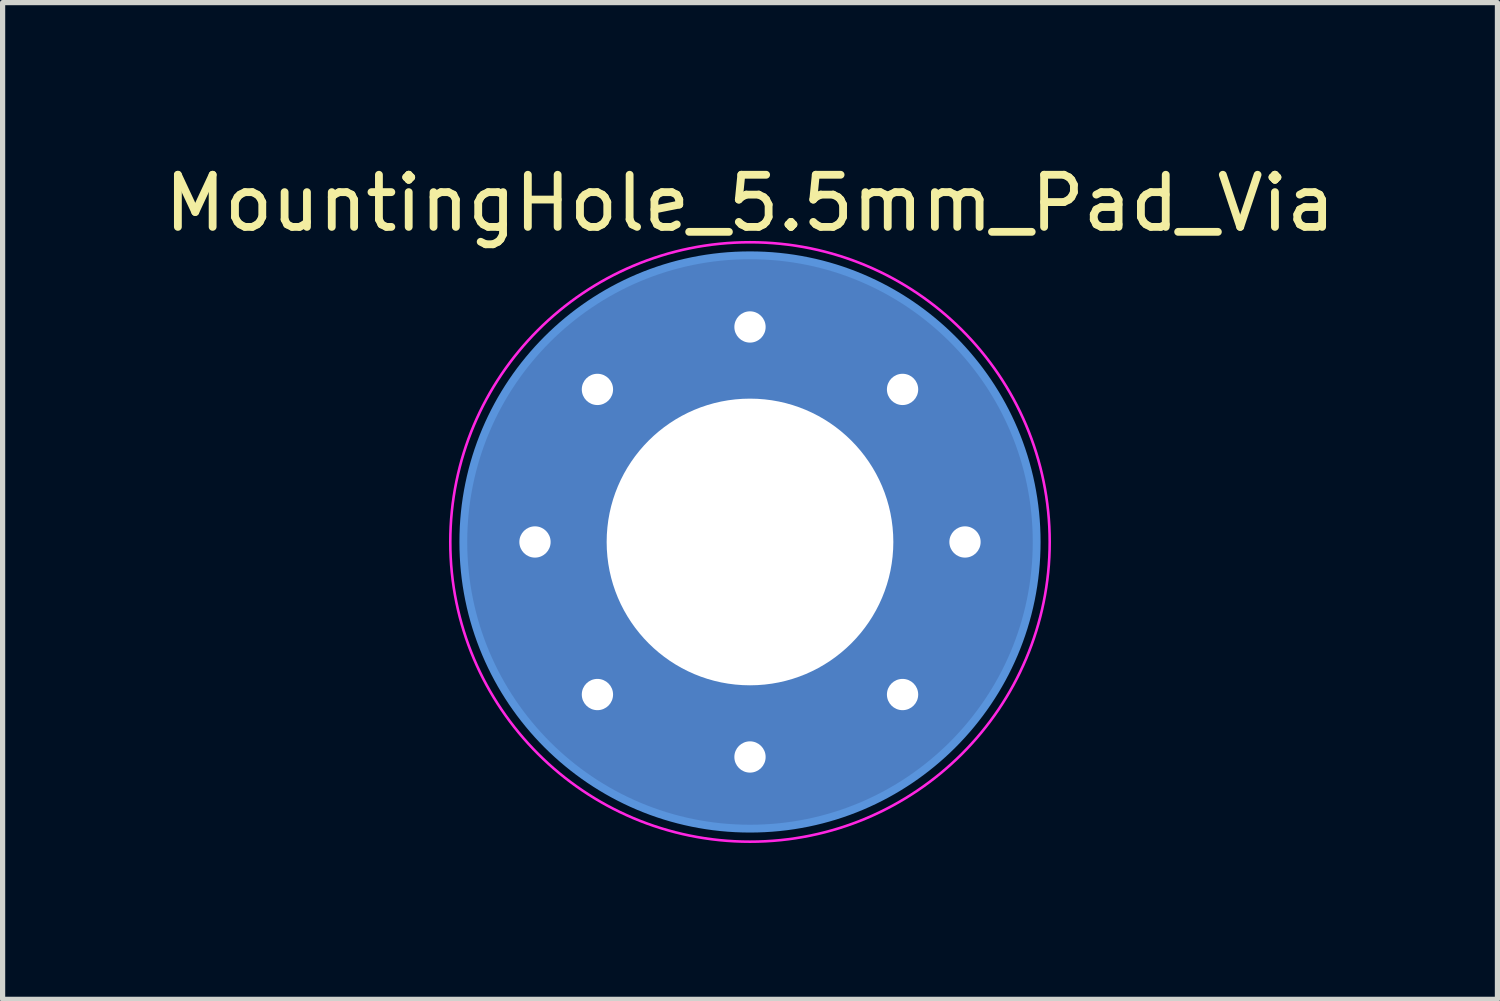
<source format=kicad_pcb>
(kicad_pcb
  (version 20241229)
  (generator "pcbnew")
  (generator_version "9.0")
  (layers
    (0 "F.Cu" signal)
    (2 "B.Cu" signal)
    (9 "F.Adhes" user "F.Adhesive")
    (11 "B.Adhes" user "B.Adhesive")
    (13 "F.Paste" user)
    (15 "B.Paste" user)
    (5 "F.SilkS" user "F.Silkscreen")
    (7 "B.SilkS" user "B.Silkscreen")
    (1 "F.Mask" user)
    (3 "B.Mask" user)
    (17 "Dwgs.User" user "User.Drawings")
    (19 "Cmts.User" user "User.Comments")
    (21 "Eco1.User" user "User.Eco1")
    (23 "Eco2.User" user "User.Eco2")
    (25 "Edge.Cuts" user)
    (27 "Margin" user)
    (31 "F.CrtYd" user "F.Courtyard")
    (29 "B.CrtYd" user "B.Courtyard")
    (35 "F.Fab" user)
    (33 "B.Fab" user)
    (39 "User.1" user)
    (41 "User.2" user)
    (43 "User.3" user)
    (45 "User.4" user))
  (footprint "MountingHole_5.5mm_Pad_Via"
    (layer "F.Cu")
    (at 11.339 7.348)
    (property "Reference" "MountingHole_5.5mm_Pad_Via" (at 0 -6.5 0) (layer "F.SilkS") (effects (font (size 1 1) (thickness 0.15))))
    (attr through_hole)
    (fp_circle (center 0 0) (end 5.5 0) (stroke (width 0.15) (type solid)) (fill no) (layer "Cmts.User"))
    (fp_circle (center 0 0) (end 5.75 0) (stroke (width 0.05) (type solid)) (fill no) (layer "F.CrtYd"))
    (pad "" thru_hole circle (at -4.125 0) (size 0.7 0.7) (drill 0.6) (layers "*.Cu" "*.Mask"))
    (pad "" thru_hole circle (at -2.927 -2.927) (size 0.7 0.7) (drill 0.6) (layers "*.Cu" "*.Mask"))
    (pad "" thru_hole circle (at -2.927 2.927) (size 0.7 0.7) (drill 0.6) (layers "*.Cu" "*.Mask"))
    (pad "" thru_hole circle (at 0 -4.125) (size 0.7 0.7) (drill 0.6) (layers "*.Cu" "*.Mask"))
    (pad "" thru_hole circle (at 0 4.125) (size 0.7 0.7) (drill 0.6) (layers "*.Cu" "*.Mask"))
    (pad "" thru_hole circle (at 2.927 -2.927) (size 0.7 0.7) (drill 0.6) (layers "*.Cu" "*.Mask"))
    (pad "" thru_hole circle (at 2.927 2.927) (size 0.7 0.7) (drill 0.6) (layers "*.Cu" "*.Mask"))
    (pad "" thru_hole circle (at 4.125 0) (size 0.7 0.7) (drill 0.6) (layers "*.Cu" "*.Mask"))
    (pad "1" thru_hole circle (at 0 0) (size 11 11) (drill 5.5) (layers "*.Cu" "*.Mask")))
  (gr_rect
    (start -3 -3)
    (end 25.679 16.123)
    (stroke (width 0.1) (type default))
    (fill no)
    (layer "Edge.Cuts")))
</source>
